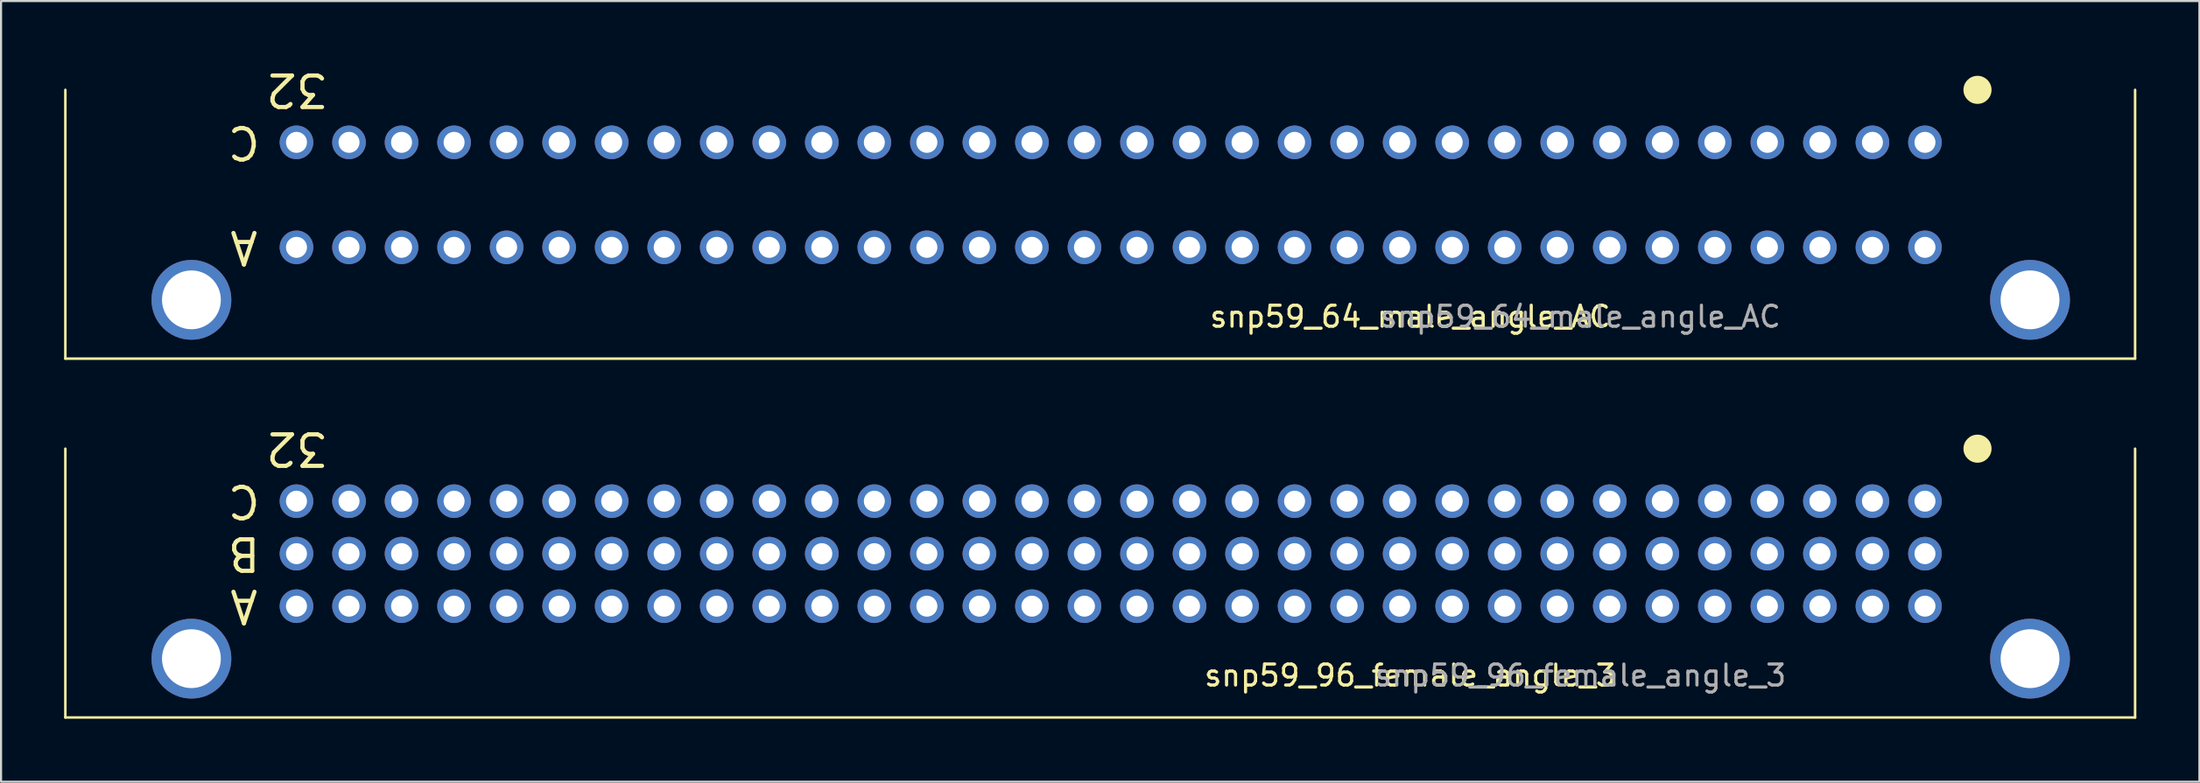
<source format=kicad_pcb>
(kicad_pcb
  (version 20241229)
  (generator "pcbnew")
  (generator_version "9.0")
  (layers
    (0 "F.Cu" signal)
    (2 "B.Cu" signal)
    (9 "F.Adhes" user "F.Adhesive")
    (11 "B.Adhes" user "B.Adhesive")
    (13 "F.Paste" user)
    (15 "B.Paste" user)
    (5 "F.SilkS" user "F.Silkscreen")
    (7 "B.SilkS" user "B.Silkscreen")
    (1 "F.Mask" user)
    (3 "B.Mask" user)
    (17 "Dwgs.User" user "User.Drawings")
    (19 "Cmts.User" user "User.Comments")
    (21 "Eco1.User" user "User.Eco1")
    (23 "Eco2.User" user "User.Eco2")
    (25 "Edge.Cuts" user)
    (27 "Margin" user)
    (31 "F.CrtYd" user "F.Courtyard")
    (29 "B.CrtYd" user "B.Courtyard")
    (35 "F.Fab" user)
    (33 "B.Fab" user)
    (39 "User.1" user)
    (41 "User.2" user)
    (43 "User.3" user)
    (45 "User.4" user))
  (footprint "snp59_96_female_angle_3"
    (layer "F.Cu")
    (at 88.56 25.817)
    (property "Reference" "snp59_96_female_angle_3" (at -24.5 3.3 0) (unlocked yes) (layer "F.SilkS") (effects (font (size 1 1) (thickness 0.15))))
    (attr through_hole)
    (fp_line (start -88.5 5.3) (end -88.5 -7.5) (stroke (width 0.12) (type solid)) (layer "F.SilkS"))
    (fp_line (start 10 -7.5) (end 10 5.3) (stroke (width 0.12) (type solid)) (layer "F.SilkS"))
    (fp_line (start 10 5.3) (end -88.5 5.3) (stroke (width 0.12) (type solid)) (layer "F.SilkS"))
    (fp_circle (center 2.5 -7.5) (end 3.108 -7.5) (stroke (width 0.12) (type solid)) (fill yes) (layer "F.SilkS"))
    (fp_text user "C" (at -80 -5 180) (unlocked yes) (layer "F.SilkS") (effects (font (size 1.5 1.5) (thickness 0.2))))
    (fp_text user "A" (at -80 0 180) (unlocked yes) (layer "F.SilkS") (effects (font (size 1.5 1.5) (thickness 0.2))))
    (fp_text user "B" (at -80 -2.5 180) (unlocked yes) (layer "F.SilkS") (effects (font (size 1.5 1.5) (thickness 0.2))))
    (fp_text user "32" (at -77.5 -7.5 180) (unlocked yes) (layer "F.SilkS") (effects (font (size 1.5 1.5) (thickness 0.2))))
    (fp_text user "${REFERENCE}" (at -16.4 3.3 0) (unlocked yes) (layer "F.Fab") (effects (font (size 1 1) (thickness 0.15))))
    (pad "" thru_hole circle (at -82.5 2.5) (size 3.8 3.8) (drill 2.8) (layers "*.Cu" "*.Mask"))
    (pad "" thru_hole circle (at 5 2.5) (size 3.8 3.8) (drill 2.8) (layers "*.Cu" "*.Mask"))
    (pad "1" thru_hole circle (at 0 -5) (size 1.6 1.6) (drill 1) (layers "*.Cu" "*.Mask"))
    (pad "1" thru_hole circle (at 0 -2.5) (size 1.6 1.6) (drill 1) (layers "*.Cu" "*.Mask"))
    (pad "2" thru_hole circle (at -2.5 -5) (size 1.6 1.6) (drill 1) (layers "*.Cu" "*.Mask"))
    (pad "2" thru_hole circle (at -2.5 -2.5) (size 1.6 1.6) (drill 1) (layers "*.Cu" "*.Mask"))
    (pad "3" thru_hole circle (at -5 -5) (size 1.6 1.6) (drill 1) (layers "*.Cu" "*.Mask"))
    (pad "3" thru_hole circle (at -5 -2.5) (size 1.6 1.6) (drill 1) (layers "*.Cu" "*.Mask"))
    (pad "4" thru_hole circle (at -7.5 -5) (size 1.6 1.6) (drill 1) (layers "*.Cu" "*.Mask"))
    (pad "4" thru_hole circle (at -7.5 -2.5) (size 1.6 1.6) (drill 1) (layers "*.Cu" "*.Mask"))
    (pad "5" thru_hole circle (at -10 -5) (size 1.6 1.6) (drill 1) (layers "*.Cu" "*.Mask"))
    (pad "5" thru_hole circle (at -10 -2.5) (size 1.6 1.6) (drill 1) (layers "*.Cu" "*.Mask"))
    (pad "6" thru_hole circle (at -12.5 -5) (size 1.6 1.6) (drill 1) (layers "*.Cu" "*.Mask"))
    (pad "6" thru_hole circle (at -12.5 -2.5) (size 1.6 1.6) (drill 1) (layers "*.Cu" "*.Mask"))
    (pad "7" thru_hole circle (at -15 -5) (size 1.6 1.6) (drill 1) (layers "*.Cu" "*.Mask"))
    (pad "7" thru_hole circle (at -15 -2.5) (size 1.6 1.6) (drill 1) (layers "*.Cu" "*.Mask"))
    (pad "8" thru_hole circle (at -17.5 -5) (size 1.6 1.6) (drill 1) (layers "*.Cu" "*.Mask"))
    (pad "8" thru_hole circle (at -17.5 -2.5) (size 1.6 1.6) (drill 1) (layers "*.Cu" "*.Mask"))
    (pad "9" thru_hole circle (at -20 -5) (size 1.6 1.6) (drill 1) (layers "*.Cu" "*.Mask"))
    (pad "9" thru_hole circle (at -20 -2.5) (size 1.6 1.6) (drill 1) (layers "*.Cu" "*.Mask"))
    (pad "10" thru_hole circle (at -22.5 -5) (size 1.6 1.6) (drill 1) (layers "*.Cu" "*.Mask"))
    (pad "10" thru_hole circle (at -22.5 -2.5) (size 1.6 1.6) (drill 1) (layers "*.Cu" "*.Mask"))
    (pad "11" thru_hole circle (at -25 -5) (size 1.6 1.6) (drill 1) (layers "*.Cu" "*.Mask"))
    (pad "11" thru_hole circle (at -25 -2.5) (size 1.6 1.6) (drill 1) (layers "*.Cu" "*.Mask"))
    (pad "12" thru_hole circle (at -27.5 -5) (size 1.6 1.6) (drill 1) (layers "*.Cu" "*.Mask"))
    (pad "12" thru_hole circle (at -27.5 -2.5) (size 1.6 1.6) (drill 1) (layers "*.Cu" "*.Mask"))
    (pad "13" thru_hole circle (at -30 -5) (size 1.6 1.6) (drill 1) (layers "*.Cu" "*.Mask"))
    (pad "13" thru_hole circle (at -30 -2.5) (size 1.6 1.6) (drill 1) (layers "*.Cu" "*.Mask"))
    (pad "14" thru_hole circle (at -32.5 -5) (size 1.6 1.6) (drill 1) (layers "*.Cu" "*.Mask"))
    (pad "14" thru_hole circle (at -32.5 -2.5) (size 1.6 1.6) (drill 1) (layers "*.Cu" "*.Mask"))
    (pad "15" thru_hole circle (at -35 -5) (size 1.6 1.6) (drill 1) (layers "*.Cu" "*.Mask"))
    (pad "15" thru_hole circle (at -35 -2.5) (size 1.6 1.6) (drill 1) (layers "*.Cu" "*.Mask"))
    (pad "16" thru_hole circle (at -37.5 -5) (size 1.6 1.6) (drill 1) (layers "*.Cu" "*.Mask"))
    (pad "16" thru_hole circle (at -37.5 -2.5) (size 1.6 1.6) (drill 1) (layers "*.Cu" "*.Mask"))
    (pad "17" thru_hole circle (at -40 -5) (size 1.6 1.6) (drill 1) (layers "*.Cu" "*.Mask"))
    (pad "17" thru_hole circle (at -40 -2.5) (size 1.6 1.6) (drill 1) (layers "*.Cu" "*.Mask"))
    (pad "18" thru_hole circle (at -42.5 -5) (size 1.6 1.6) (drill 1) (layers "*.Cu" "*.Mask"))
    (pad "18" thru_hole circle (at -42.5 -2.5) (size 1.6 1.6) (drill 1) (layers "*.Cu" "*.Mask"))
    (pad "19" thru_hole circle (at -45 -5) (size 1.6 1.6) (drill 1) (layers "*.Cu" "*.Mask"))
    (pad "19" thru_hole circle (at -45 -2.5) (size 1.6 1.6) (drill 1) (layers "*.Cu" "*.Mask"))
    (pad "20" thru_hole circle (at -47.5 -5) (size 1.6 1.6) (drill 1) (layers "*.Cu" "*.Mask"))
    (pad "20" thru_hole circle (at -47.5 -2.5) (size 1.6 1.6) (drill 1) (layers "*.Cu" "*.Mask"))
    (pad "21" thru_hole circle (at -50 -5) (size 1.6 1.6) (drill 1) (layers "*.Cu" "*.Mask"))
    (pad "21" thru_hole circle (at -50 -2.5) (size 1.6 1.6) (drill 1) (layers "*.Cu" "*.Mask"))
    (pad "22" thru_hole circle (at -52.5 -5) (size 1.6 1.6) (drill 1) (layers "*.Cu" "*.Mask"))
    (pad "22" thru_hole circle (at -52.5 -2.5) (size 1.6 1.6) (drill 1) (layers "*.Cu" "*.Mask"))
    (pad "23" thru_hole circle (at -55 -5) (size 1.6 1.6) (drill 1) (layers "*.Cu" "*.Mask"))
    (pad "23" thru_hole circle (at -55 -2.5) (size 1.6 1.6) (drill 1) (layers "*.Cu" "*.Mask"))
    (pad "24" thru_hole circle (at -57.5 -5) (size 1.6 1.6) (drill 1) (layers "*.Cu" "*.Mask"))
    (pad "24" thru_hole circle (at -57.5 -2.5) (size 1.6 1.6) (drill 1) (layers "*.Cu" "*.Mask"))
    (pad "25" thru_hole circle (at -60 -5) (size 1.6 1.6) (drill 1) (layers "*.Cu" "*.Mask"))
    (pad "25" thru_hole circle (at -60 -2.5) (size 1.6 1.6) (drill 1) (layers "*.Cu" "*.Mask"))
    (pad "26" thru_hole circle (at -62.5 -5) (size 1.6 1.6) (drill 1) (layers "*.Cu" "*.Mask"))
    (pad "26" thru_hole circle (at -62.5 -2.5) (size 1.6 1.6) (drill 1) (layers "*.Cu" "*.Mask"))
    (pad "27" thru_hole circle (at -65 -5) (size 1.6 1.6) (drill 1) (layers "*.Cu" "*.Mask"))
    (pad "27" thru_hole circle (at -65 -2.5) (size 1.6 1.6) (drill 1) (layers "*.Cu" "*.Mask"))
    (pad "28" thru_hole circle (at -67.5 -5) (size 1.6 1.6) (drill 1) (layers "*.Cu" "*.Mask"))
    (pad "28" thru_hole circle (at -67.5 -2.5) (size 1.6 1.6) (drill 1) (layers "*.Cu" "*.Mask"))
    (pad "29" thru_hole circle (at -70 -5) (size 1.6 1.6) (drill 1) (layers "*.Cu" "*.Mask"))
    (pad "29" thru_hole circle (at -70 -2.5) (size 1.6 1.6) (drill 1) (layers "*.Cu" "*.Mask"))
    (pad "30" thru_hole circle (at -72.5 -5) (size 1.6 1.6) (drill 1) (layers "*.Cu" "*.Mask"))
    (pad "30" thru_hole circle (at -72.5 -2.5) (size 1.6 1.6) (drill 1) (layers "*.Cu" "*.Mask"))
    (pad "31" thru_hole circle (at -75 -5) (size 1.6 1.6) (drill 1) (layers "*.Cu" "*.Mask"))
    (pad "31" thru_hole circle (at -75 -2.5) (size 1.6 1.6) (drill 1) (layers "*.Cu" "*.Mask"))
    (pad "32" thru_hole circle (at -77.5 -5) (size 1.6 1.6) (drill 1) (layers "*.Cu" "*.Mask"))
    (pad "32" thru_hole circle (at -77.5 -2.5) (size 1.6 1.6) (drill 1) (layers "*.Cu" "*.Mask"))
    (pad "33" thru_hole circle (at 0 0) (size 1.6 1.6) (drill 1) (layers "*.Cu" "*.Mask"))
    (pad "34" thru_hole circle (at -2.5 0) (size 1.6 1.6) (drill 1) (layers "*.Cu" "*.Mask"))
    (pad "35" thru_hole circle (at -5 0) (size 1.6 1.6) (drill 1) (layers "*.Cu" "*.Mask"))
    (pad "36" thru_hole circle (at -7.5 0) (size 1.6 1.6) (drill 1) (layers "*.Cu" "*.Mask"))
    (pad "37" thru_hole circle (at -10 0) (size 1.6 1.6) (drill 1) (layers "*.Cu" "*.Mask"))
    (pad "38" thru_hole circle (at -12.5 0) (size 1.6 1.6) (drill 1) (layers "*.Cu" "*.Mask"))
    (pad "39" thru_hole circle (at -15 0) (size 1.6 1.6) (drill 1) (layers "*.Cu" "*.Mask"))
    (pad "40" thru_hole circle (at -17.5 0) (size 1.6 1.6) (drill 1) (layers "*.Cu" "*.Mask"))
    (pad "41" thru_hole circle (at -20 0) (size 1.6 1.6) (drill 1) (layers "*.Cu" "*.Mask"))
    (pad "42" thru_hole circle (at -22.5 0) (size 1.6 1.6) (drill 1) (layers "*.Cu" "*.Mask"))
    (pad "43" thru_hole circle (at -25 0) (size 1.6 1.6) (drill 1) (layers "*.Cu" "*.Mask"))
    (pad "44" thru_hole circle (at -27.5 0) (size 1.6 1.6) (drill 1) (layers "*.Cu" "*.Mask"))
    (pad "45" thru_hole circle (at -30 0) (size 1.6 1.6) (drill 1) (layers "*.Cu" "*.Mask"))
    (pad "46" thru_hole circle (at -32.5 0) (size 1.6 1.6) (drill 1) (layers "*.Cu" "*.Mask"))
    (pad "47" thru_hole circle (at -35 0) (size 1.6 1.6) (drill 1) (layers "*.Cu" "*.Mask"))
    (pad "48" thru_hole circle (at -37.5 0) (size 1.6 1.6) (drill 1) (layers "*.Cu" "*.Mask"))
    (pad "49" thru_hole circle (at -40 0) (size 1.6 1.6) (drill 1) (layers "*.Cu" "*.Mask"))
    (pad "50" thru_hole circle (at -42.5 0) (size 1.6 1.6) (drill 1) (layers "*.Cu" "*.Mask"))
    (pad "51" thru_hole circle (at -45 0) (size 1.6 1.6) (drill 1) (layers "*.Cu" "*.Mask"))
    (pad "52" thru_hole circle (at -47.5 0) (size 1.6 1.6) (drill 1) (layers "*.Cu" "*.Mask"))
    (pad "53" thru_hole circle (at -50 0) (size 1.6 1.6) (drill 1) (layers "*.Cu" "*.Mask"))
    (pad "54" thru_hole circle (at -52.5 0) (size 1.6 1.6) (drill 1) (layers "*.Cu" "*.Mask"))
    (pad "55" thru_hole circle (at -55 0) (size 1.6 1.6) (drill 1) (layers "*.Cu" "*.Mask"))
    (pad "56" thru_hole circle (at -57.5 0) (size 1.6 1.6) (drill 1) (layers "*.Cu" "*.Mask"))
    (pad "57" thru_hole circle (at -60 0) (size 1.6 1.6) (drill 1) (layers "*.Cu" "*.Mask"))
    (pad "58" thru_hole circle (at -62.5 0) (size 1.6 1.6) (drill 1) (layers "*.Cu" "*.Mask"))
    (pad "59" thru_hole circle (at -65 0) (size 1.6 1.6) (drill 1) (layers "*.Cu" "*.Mask"))
    (pad "60" thru_hole circle (at -67.5 0) (size 1.6 1.6) (drill 1) (layers "*.Cu" "*.Mask"))
    (pad "61" thru_hole circle (at -70 0) (size 1.6 1.6) (drill 1) (layers "*.Cu" "*.Mask"))
    (pad "62" thru_hole circle (at -72.5 0) (size 1.6 1.6) (drill 1) (layers "*.Cu" "*.Mask"))
    (pad "63" thru_hole circle (at -75 0) (size 1.6 1.6) (drill 1) (layers "*.Cu" "*.Mask"))
    (pad "64" thru_hole circle (at -77.5 0) (size 1.6 1.6) (drill 1) (layers "*.Cu" "*.Mask")))
  (footprint "snp59_64_male_angle_AC"
    (layer "F.Cu")
    (at 88.56 8.729)
    (property "Reference" "snp59_64_male_angle_AC" (at -24.5 3.3 0) (unlocked yes) (layer "F.SilkS") (effects (font (size 1 1) (thickness 0.15))))
    (attr through_hole)
    (fp_line (start -88.5 5.3) (end -88.5 -7.5) (stroke (width 0.12) (type solid)) (layer "F.SilkS"))
    (fp_line (start 10 -7.5) (end 10 5.3) (stroke (width 0.12) (type solid)) (layer "F.SilkS"))
    (fp_line (start 10 5.3) (end -88.5 5.3) (stroke (width 0.12) (type solid)) (layer "F.SilkS"))
    (fp_circle (center 2.5 -7.5) (end 3.108 -7.5) (stroke (width 0.12) (type solid)) (fill yes) (layer "F.SilkS"))
    (fp_text user "A" (at -80 0 180) (unlocked yes) (layer "F.SilkS") (effects (font (size 1.5 1.5) (thickness 0.2))))
    (fp_text user "C" (at -80 -5 180) (unlocked yes) (layer "F.SilkS") (effects (font (size 1.5 1.5) (thickness 0.2))))
    (fp_text user "32" (at -77.5 -7.5 180) (unlocked yes) (layer "F.SilkS") (effects (font (size 1.5 1.5) (thickness 0.2))))
    (fp_text user "${REFERENCE}" (at -16.4 3.3 0) (unlocked yes) (layer "F.Fab") (effects (font (size 1 1) (thickness 0.15))))
    (pad "" thru_hole circle (at -82.5 2.5) (size 3.8 3.8) (drill 2.8) (layers "*.Cu" "*.Mask"))
    (pad "" thru_hole circle (at 5 2.5) (size 3.8 3.8) (drill 2.8) (layers "*.Cu" "*.Mask"))
    (pad "1" thru_hole circle (at 0 -5) (size 1.6 1.6) (drill 1) (layers "*.Cu" "*.Mask"))
    (pad "2" thru_hole circle (at -2.5 -5) (size 1.6 1.6) (drill 1) (layers "*.Cu" "*.Mask"))
    (pad "3" thru_hole circle (at -5 -5) (size 1.6 1.6) (drill 1) (layers "*.Cu" "*.Mask"))
    (pad "4" thru_hole circle (at -7.5 -5) (size 1.6 1.6) (drill 1) (layers "*.Cu" "*.Mask"))
    (pad "5" thru_hole circle (at -10 -5) (size 1.6 1.6) (drill 1) (layers "*.Cu" "*.Mask"))
    (pad "6" thru_hole circle (at -12.5 -5) (size 1.6 1.6) (drill 1) (layers "*.Cu" "*.Mask"))
    (pad "7" thru_hole circle (at -15 -5) (size 1.6 1.6) (drill 1) (layers "*.Cu" "*.Mask"))
    (pad "8" thru_hole circle (at -17.5 -5) (size 1.6 1.6) (drill 1) (layers "*.Cu" "*.Mask"))
    (pad "9" thru_hole circle (at -20 -5) (size 1.6 1.6) (drill 1) (layers "*.Cu" "*.Mask"))
    (pad "10" thru_hole circle (at -22.5 -5) (size 1.6 1.6) (drill 1) (layers "*.Cu" "*.Mask"))
    (pad "11" thru_hole circle (at -25 -5) (size 1.6 1.6) (drill 1) (layers "*.Cu" "*.Mask"))
    (pad "12" thru_hole circle (at -27.5 -5) (size 1.6 1.6) (drill 1) (layers "*.Cu" "*.Mask"))
    (pad "13" thru_hole circle (at -30 -5) (size 1.6 1.6) (drill 1) (layers "*.Cu" "*.Mask"))
    (pad "14" thru_hole circle (at -32.5 -5) (size 1.6 1.6) (drill 1) (layers "*.Cu" "*.Mask"))
    (pad "15" thru_hole circle (at -35 -5) (size 1.6 1.6) (drill 1) (layers "*.Cu" "*.Mask"))
    (pad "16" thru_hole circle (at -37.5 -5) (size 1.6 1.6) (drill 1) (layers "*.Cu" "*.Mask"))
    (pad "17" thru_hole circle (at -40 -5) (size 1.6 1.6) (drill 1) (layers "*.Cu" "*.Mask"))
    (pad "18" thru_hole circle (at -42.5 -5) (size 1.6 1.6) (drill 1) (layers "*.Cu" "*.Mask"))
    (pad "19" thru_hole circle (at -45 -5) (size 1.6 1.6) (drill 1) (layers "*.Cu" "*.Mask"))
    (pad "20" thru_hole circle (at -47.5 -5) (size 1.6 1.6) (drill 1) (layers "*.Cu" "*.Mask"))
    (pad "21" thru_hole circle (at -50 -5) (size 1.6 1.6) (drill 1) (layers "*.Cu" "*.Mask"))
    (pad "22" thru_hole circle (at -52.5 -5) (size 1.6 1.6) (drill 1) (layers "*.Cu" "*.Mask"))
    (pad "23" thru_hole circle (at -55 -5) (size 1.6 1.6) (drill 1) (layers "*.Cu" "*.Mask"))
    (pad "24" thru_hole circle (at -57.5 -5) (size 1.6 1.6) (drill 1) (layers "*.Cu" "*.Mask"))
    (pad "25" thru_hole circle (at -60 -5) (size 1.6 1.6) (drill 1) (layers "*.Cu" "*.Mask"))
    (pad "26" thru_hole circle (at -62.5 -5) (size 1.6 1.6) (drill 1) (layers "*.Cu" "*.Mask"))
    (pad "27" thru_hole circle (at -65 -5) (size 1.6 1.6) (drill 1) (layers "*.Cu" "*.Mask"))
    (pad "28" thru_hole circle (at -67.5 -5) (size 1.6 1.6) (drill 1) (layers "*.Cu" "*.Mask"))
    (pad "29" thru_hole circle (at -70 -5) (size 1.6 1.6) (drill 1) (layers "*.Cu" "*.Mask"))
    (pad "30" thru_hole circle (at -72.5 -5) (size 1.6 1.6) (drill 1) (layers "*.Cu" "*.Mask"))
    (pad "31" thru_hole circle (at -75 -5) (size 1.6 1.6) (drill 1) (layers "*.Cu" "*.Mask"))
    (pad "32" thru_hole circle (at -77.5 -5) (size 1.6 1.6) (drill 1) (layers "*.Cu" "*.Mask"))
    (pad "33" thru_hole circle (at 0 0) (size 1.6 1.6) (drill 1) (layers "*.Cu" "*.Mask"))
    (pad "34" thru_hole circle (at -2.5 0) (size 1.6 1.6) (drill 1) (layers "*.Cu" "*.Mask"))
    (pad "35" thru_hole circle (at -5 0) (size 1.6 1.6) (drill 1) (layers "*.Cu" "*.Mask"))
    (pad "36" thru_hole circle (at -7.5 0) (size 1.6 1.6) (drill 1) (layers "*.Cu" "*.Mask"))
    (pad "37" thru_hole circle (at -10 0) (size 1.6 1.6) (drill 1) (layers "*.Cu" "*.Mask"))
    (pad "38" thru_hole circle (at -12.5 0) (size 1.6 1.6) (drill 1) (layers "*.Cu" "*.Mask"))
    (pad "39" thru_hole circle (at -15 0) (size 1.6 1.6) (drill 1) (layers "*.Cu" "*.Mask"))
    (pad "40" thru_hole circle (at -17.5 0) (size 1.6 1.6) (drill 1) (layers "*.Cu" "*.Mask"))
    (pad "41" thru_hole circle (at -20 0) (size 1.6 1.6) (drill 1) (layers "*.Cu" "*.Mask"))
    (pad "42" thru_hole circle (at -22.5 0) (size 1.6 1.6) (drill 1) (layers "*.Cu" "*.Mask"))
    (pad "43" thru_hole circle (at -25 0) (size 1.6 1.6) (drill 1) (layers "*.Cu" "*.Mask"))
    (pad "44" thru_hole circle (at -27.5 0) (size 1.6 1.6) (drill 1) (layers "*.Cu" "*.Mask"))
    (pad "45" thru_hole circle (at -30 0) (size 1.6 1.6) (drill 1) (layers "*.Cu" "*.Mask"))
    (pad "46" thru_hole circle (at -32.5 0) (size 1.6 1.6) (drill 1) (layers "*.Cu" "*.Mask"))
    (pad "47" thru_hole circle (at -35 0) (size 1.6 1.6) (drill 1) (layers "*.Cu" "*.Mask"))
    (pad "48" thru_hole circle (at -37.5 0) (size 1.6 1.6) (drill 1) (layers "*.Cu" "*.Mask"))
    (pad "49" thru_hole circle (at -40 0) (size 1.6 1.6) (drill 1) (layers "*.Cu" "*.Mask"))
    (pad "50" thru_hole circle (at -42.5 0) (size 1.6 1.6) (drill 1) (layers "*.Cu" "*.Mask"))
    (pad "51" thru_hole circle (at -45 0) (size 1.6 1.6) (drill 1) (layers "*.Cu" "*.Mask"))
    (pad "52" thru_hole circle (at -47.5 0) (size 1.6 1.6) (drill 1) (layers "*.Cu" "*.Mask"))
    (pad "53" thru_hole circle (at -50 0) (size 1.6 1.6) (drill 1) (layers "*.Cu" "*.Mask"))
    (pad "54" thru_hole circle (at -52.5 0) (size 1.6 1.6) (drill 1) (layers "*.Cu" "*.Mask"))
    (pad "55" thru_hole circle (at -55 0) (size 1.6 1.6) (drill 1) (layers "*.Cu" "*.Mask"))
    (pad "56" thru_hole circle (at -57.5 0) (size 1.6 1.6) (drill 1) (layers "*.Cu" "*.Mask"))
    (pad "57" thru_hole circle (at -60 0) (size 1.6 1.6) (drill 1) (layers "*.Cu" "*.Mask"))
    (pad "58" thru_hole circle (at -62.5 0) (size 1.6 1.6) (drill 1) (layers "*.Cu" "*.Mask"))
    (pad "59" thru_hole circle (at -65 0) (size 1.6 1.6) (drill 1) (layers "*.Cu" "*.Mask"))
    (pad "60" thru_hole circle (at -67.5 0) (size 1.6 1.6) (drill 1) (layers "*.Cu" "*.Mask"))
    (pad "61" thru_hole circle (at -70 0) (size 1.6 1.6) (drill 1) (layers "*.Cu" "*.Mask"))
    (pad "62" thru_hole circle (at -72.5 0) (size 1.6 1.6) (drill 1) (layers "*.Cu" "*.Mask"))
    (pad "63" thru_hole circle (at -75 0) (size 1.6 1.6) (drill 1) (layers "*.Cu" "*.Mask"))
    (pad "64" thru_hole circle (at -77.5 0) (size 1.6 1.6) (drill 1) (layers "*.Cu" "*.Mask")))
  (gr_rect
    (start -3 -3)
    (end 101.62 34.177)
    (stroke (width 0.1) (type default))
    (fill no)
    (layer "Edge.Cuts")))
</source>
